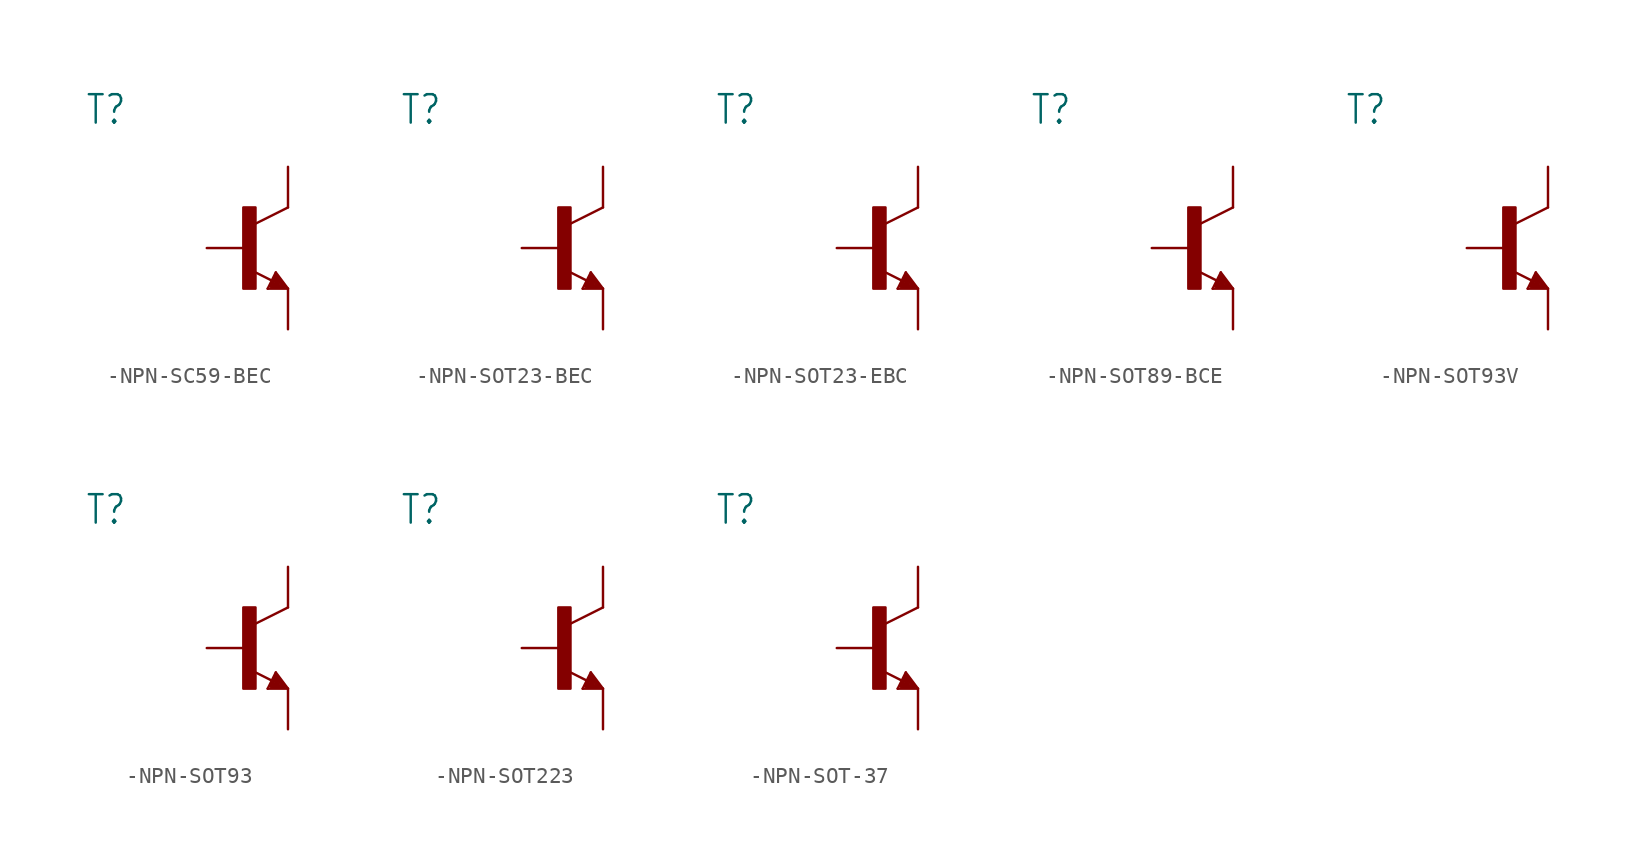
<source format=kicad_sym>
(kicad_symbol_lib
  (version 20231120)
  (generator "kicad_symbol_editor")
  (generator_version "8.0")
  (symbol "-NPN-SC59-BEC"
    (property "Reference" "T"
      (at -10.16 7.62 0)
      (effects (font (size 1.778 1.511)) (justify left bottom)))
    (property "Value" ""
      (at -10.16 5.08 0)
      (effects (font (size 1.778 1.511)) (justify left bottom)))
    (property "ki_locked" ""
      (at 0 0 0)
      (effects (font (size 1.27 1.27))))
    (symbol "-NPN-SC59-BEC_1_0"
      (rectangle (start -0.254 -2.54) (end 0.508 2.54) (stroke (width 0) (type default)) (fill (type outline)))
      (polyline (pts (xy 1.27 -2.54) (xy 1.778 -1.524)) (stroke (width 0.152) (type solid)) (fill (type none)))
      (polyline (pts (xy 1.524 -2.413) (xy 2.286 -2.413)) (stroke (width 0.254) (type solid)) (fill (type none)))
      (polyline (pts (xy 1.524 -2.286) (xy 1.905 -2.286)) (stroke (width 0.254) (type solid)) (fill (type none)))
      (polyline (pts (xy 1.54 -2.04) (xy 0.308 -1.424)) (stroke (width 0.152) (type solid)) (fill (type none)))
      (polyline (pts (xy 1.778 -1.778) (xy 1.524 -2.286)) (stroke (width 0.254) (type solid)) (fill (type none)))
      (polyline (pts (xy 1.778 -1.524) (xy 2.54 -2.54)) (stroke (width 0.152) (type solid)) (fill (type none)))
      (polyline (pts (xy 1.905 -2.286) (xy 1.778 -2.032)) (stroke (width 0.254) (type solid)) (fill (type none)))
      (polyline (pts (xy 2.286 -2.413) (xy 1.778 -1.778)) (stroke (width 0.254) (type solid)) (fill (type none)))
      (polyline (pts (xy 2.54 -2.54) (xy 1.27 -2.54)) (stroke (width 0.152) (type solid)) (fill (type none)))
      (polyline (pts (xy 2.54 2.54) (xy 0.508 1.524)) (stroke (width 0.152) (type solid)) (fill (type none)))
      (pin passive line (at -2.54 0 0) (length 2.54) (name "B" (effects (font (size 0 0)))) (number "B" (effects (font (size 0 0)))))
      (pin passive line (at 2.54 5.08 270) (length 2.54) (name "C" (effects (font (size 0 0)))) (number "C" (effects (font (size 0 0)))))
      (pin passive line (at 2.54 -5.08 90) (length 2.54) (name "E" (effects (font (size 0 0)))) (number "E" (effects (font (size 0 0)))))))
  (symbol "-NPN-SOT23-BEC"
    (property "Reference" "T"
      (at -10.16 7.62 0)
      (effects (font (size 1.778 1.511)) (justify left bottom)))
    (property "Value" ""
      (at -10.16 5.08 0)
      (effects (font (size 1.778 1.511)) (justify left bottom)))
    (property "ki_locked" ""
      (at 0 0 0)
      (effects (font (size 1.27 1.27))))
    (symbol "-NPN-SOT23-BEC_1_0"
      (rectangle (start -0.254 -2.54) (end 0.508 2.54) (stroke (width 0) (type default)) (fill (type outline)))
      (polyline (pts (xy 1.27 -2.54) (xy 1.778 -1.524)) (stroke (width 0.152) (type solid)) (fill (type none)))
      (polyline (pts (xy 1.524 -2.413) (xy 2.286 -2.413)) (stroke (width 0.254) (type solid)) (fill (type none)))
      (polyline (pts (xy 1.524 -2.286) (xy 1.905 -2.286)) (stroke (width 0.254) (type solid)) (fill (type none)))
      (polyline (pts (xy 1.54 -2.04) (xy 0.308 -1.424)) (stroke (width 0.152) (type solid)) (fill (type none)))
      (polyline (pts (xy 1.778 -1.778) (xy 1.524 -2.286)) (stroke (width 0.254) (type solid)) (fill (type none)))
      (polyline (pts (xy 1.778 -1.524) (xy 2.54 -2.54)) (stroke (width 0.152) (type solid)) (fill (type none)))
      (polyline (pts (xy 1.905 -2.286) (xy 1.778 -2.032)) (stroke (width 0.254) (type solid)) (fill (type none)))
      (polyline (pts (xy 2.286 -2.413) (xy 1.778 -1.778)) (stroke (width 0.254) (type solid)) (fill (type none)))
      (polyline (pts (xy 2.54 -2.54) (xy 1.27 -2.54)) (stroke (width 0.152) (type solid)) (fill (type none)))
      (polyline (pts (xy 2.54 2.54) (xy 0.508 1.524)) (stroke (width 0.152) (type solid)) (fill (type none)))
      (pin passive line (at -2.54 0 0) (length 2.54) (name "B" (effects (font (size 0 0)))) (number "B" (effects (font (size 0 0)))))
      (pin passive line (at 2.54 5.08 270) (length 2.54) (name "C" (effects (font (size 0 0)))) (number "C" (effects (font (size 0 0)))))
      (pin passive line (at 2.54 -5.08 90) (length 2.54) (name "E" (effects (font (size 0 0)))) (number "E" (effects (font (size 0 0)))))))
  (symbol "-NPN-SOT23-EBC"
    (property "Reference" "T"
      (at -10.16 7.62 0)
      (effects (font (size 1.778 1.511)) (justify left bottom)))
    (property "Value" ""
      (at -10.16 5.08 0)
      (effects (font (size 1.778 1.511)) (justify left bottom)))
    (property "ki_locked" ""
      (at 0 0 0)
      (effects (font (size 1.27 1.27))))
    (symbol "-NPN-SOT23-EBC_1_0"
      (rectangle (start -0.254 -2.54) (end 0.508 2.54) (stroke (width 0) (type default)) (fill (type outline)))
      (polyline (pts (xy 1.27 -2.54) (xy 1.778 -1.524)) (stroke (width 0.152) (type solid)) (fill (type none)))
      (polyline (pts (xy 1.524 -2.413) (xy 2.286 -2.413)) (stroke (width 0.254) (type solid)) (fill (type none)))
      (polyline (pts (xy 1.524 -2.286) (xy 1.905 -2.286)) (stroke (width 0.254) (type solid)) (fill (type none)))
      (polyline (pts (xy 1.54 -2.04) (xy 0.308 -1.424)) (stroke (width 0.152) (type solid)) (fill (type none)))
      (polyline (pts (xy 1.778 -1.778) (xy 1.524 -2.286)) (stroke (width 0.254) (type solid)) (fill (type none)))
      (polyline (pts (xy 1.778 -1.524) (xy 2.54 -2.54)) (stroke (width 0.152) (type solid)) (fill (type none)))
      (polyline (pts (xy 1.905 -2.286) (xy 1.778 -2.032)) (stroke (width 0.254) (type solid)) (fill (type none)))
      (polyline (pts (xy 2.286 -2.413) (xy 1.778 -1.778)) (stroke (width 0.254) (type solid)) (fill (type none)))
      (polyline (pts (xy 2.54 -2.54) (xy 1.27 -2.54)) (stroke (width 0.152) (type solid)) (fill (type none)))
      (polyline (pts (xy 2.54 2.54) (xy 0.508 1.524)) (stroke (width 0.152) (type solid)) (fill (type none)))
      (pin passive line (at -2.54 0 0) (length 2.54) (name "B" (effects (font (size 0 0)))) (number "B" (effects (font (size 0 0)))))
      (pin passive line (at 2.54 5.08 270) (length 2.54) (name "C" (effects (font (size 0 0)))) (number "C" (effects (font (size 0 0)))))
      (pin passive line (at 2.54 -5.08 90) (length 2.54) (name "E" (effects (font (size 0 0)))) (number "E" (effects (font (size 0 0)))))))
  (symbol "-NPN-SOT89-BCE"
    (property "Reference" "T"
      (at -10.16 7.62 0)
      (effects (font (size 1.778 1.511)) (justify left bottom)))
    (property "Value" ""
      (at -10.16 5.08 0)
      (effects (font (size 1.778 1.511)) (justify left bottom)))
    (property "ki_locked" ""
      (at 0 0 0)
      (effects (font (size 1.27 1.27))))
    (symbol "-NPN-SOT89-BCE_1_0"
      (rectangle (start -0.254 -2.54) (end 0.508 2.54) (stroke (width 0) (type default)) (fill (type outline)))
      (polyline (pts (xy 1.27 -2.54) (xy 1.778 -1.524)) (stroke (width 0.152) (type solid)) (fill (type none)))
      (polyline (pts (xy 1.524 -2.413) (xy 2.286 -2.413)) (stroke (width 0.254) (type solid)) (fill (type none)))
      (polyline (pts (xy 1.524 -2.286) (xy 1.905 -2.286)) (stroke (width 0.254) (type solid)) (fill (type none)))
      (polyline (pts (xy 1.54 -2.04) (xy 0.308 -1.424)) (stroke (width 0.152) (type solid)) (fill (type none)))
      (polyline (pts (xy 1.778 -1.778) (xy 1.524 -2.286)) (stroke (width 0.254) (type solid)) (fill (type none)))
      (polyline (pts (xy 1.778 -1.524) (xy 2.54 -2.54)) (stroke (width 0.152) (type solid)) (fill (type none)))
      (polyline (pts (xy 1.905 -2.286) (xy 1.778 -2.032)) (stroke (width 0.254) (type solid)) (fill (type none)))
      (polyline (pts (xy 2.286 -2.413) (xy 1.778 -1.778)) (stroke (width 0.254) (type solid)) (fill (type none)))
      (polyline (pts (xy 2.54 -2.54) (xy 1.27 -2.54)) (stroke (width 0.152) (type solid)) (fill (type none)))
      (polyline (pts (xy 2.54 2.54) (xy 0.508 1.524)) (stroke (width 0.152) (type solid)) (fill (type none)))
      (pin passive line (at -2.54 0 0) (length 2.54) (name "B" (effects (font (size 0 0)))) (number "B" (effects (font (size 0 0)))))
      (pin passive line (at 2.54 5.08 270) (length 2.54) (name "C" (effects (font (size 0 0)))) (number "C" (effects (font (size 0 0)))))
      (pin passive line (at 2.54 -5.08 90) (length 2.54) (name "E" (effects (font (size 0 0)))) (number "E" (effects (font (size 0 0)))))))
  (symbol "-NPN-SOT93V"
    (property "Reference" "T"
      (at -10.16 7.62 0)
      (effects (font (size 1.778 1.511)) (justify left bottom)))
    (property "Value" ""
      (at -10.16 5.08 0)
      (effects (font (size 1.778 1.511)) (justify left bottom)))
    (property "ki_locked" ""
      (at 0 0 0)
      (effects (font (size 1.27 1.27))))
    (symbol "-NPN-SOT93V_1_0"
      (rectangle (start -0.254 -2.54) (end 0.508 2.54) (stroke (width 0) (type default)) (fill (type outline)))
      (polyline (pts (xy 1.27 -2.54) (xy 1.778 -1.524)) (stroke (width 0.152) (type solid)) (fill (type none)))
      (polyline (pts (xy 1.524 -2.413) (xy 2.286 -2.413)) (stroke (width 0.254) (type solid)) (fill (type none)))
      (polyline (pts (xy 1.524 -2.286) (xy 1.905 -2.286)) (stroke (width 0.254) (type solid)) (fill (type none)))
      (polyline (pts (xy 1.54 -2.04) (xy 0.308 -1.424)) (stroke (width 0.152) (type solid)) (fill (type none)))
      (polyline (pts (xy 1.778 -1.778) (xy 1.524 -2.286)) (stroke (width 0.254) (type solid)) (fill (type none)))
      (polyline (pts (xy 1.778 -1.524) (xy 2.54 -2.54)) (stroke (width 0.152) (type solid)) (fill (type none)))
      (polyline (pts (xy 1.905 -2.286) (xy 1.778 -2.032)) (stroke (width 0.254) (type solid)) (fill (type none)))
      (polyline (pts (xy 2.286 -2.413) (xy 1.778 -1.778)) (stroke (width 0.254) (type solid)) (fill (type none)))
      (polyline (pts (xy 2.54 -2.54) (xy 1.27 -2.54)) (stroke (width 0.152) (type solid)) (fill (type none)))
      (polyline (pts (xy 2.54 2.54) (xy 0.508 1.524)) (stroke (width 0.152) (type solid)) (fill (type none)))
      (pin passive line (at -2.54 0 0) (length 2.54) (name "B" (effects (font (size 0 0)))) (number "B" (effects (font (size 0 0)))))
      (pin passive line (at 2.54 5.08 270) (length 2.54) (name "C" (effects (font (size 0 0)))) (number "C" (effects (font (size 0 0)))))
      (pin passive line (at 2.54 -5.08 90) (length 2.54) (name "E" (effects (font (size 0 0)))) (number "E" (effects (font (size 0 0)))))))
  (symbol "-NPN-SOT93"
    (property "Reference" "T"
      (at -10.16 7.62 0)
      (effects (font (size 1.778 1.511)) (justify left bottom)))
    (property "Value" ""
      (at -10.16 5.08 0)
      (effects (font (size 1.778 1.511)) (justify left bottom)))
    (property "ki_locked" ""
      (at 0 0 0)
      (effects (font (size 1.27 1.27))))
    (symbol "-NPN-SOT93_1_0"
      (rectangle (start -0.254 -2.54) (end 0.508 2.54) (stroke (width 0) (type default)) (fill (type outline)))
      (polyline (pts (xy 1.27 -2.54) (xy 1.778 -1.524)) (stroke (width 0.152) (type solid)) (fill (type none)))
      (polyline (pts (xy 1.524 -2.413) (xy 2.286 -2.413)) (stroke (width 0.254) (type solid)) (fill (type none)))
      (polyline (pts (xy 1.524 -2.286) (xy 1.905 -2.286)) (stroke (width 0.254) (type solid)) (fill (type none)))
      (polyline (pts (xy 1.54 -2.04) (xy 0.308 -1.424)) (stroke (width 0.152) (type solid)) (fill (type none)))
      (polyline (pts (xy 1.778 -1.778) (xy 1.524 -2.286)) (stroke (width 0.254) (type solid)) (fill (type none)))
      (polyline (pts (xy 1.778 -1.524) (xy 2.54 -2.54)) (stroke (width 0.152) (type solid)) (fill (type none)))
      (polyline (pts (xy 1.905 -2.286) (xy 1.778 -2.032)) (stroke (width 0.254) (type solid)) (fill (type none)))
      (polyline (pts (xy 2.286 -2.413) (xy 1.778 -1.778)) (stroke (width 0.254) (type solid)) (fill (type none)))
      (polyline (pts (xy 2.54 -2.54) (xy 1.27 -2.54)) (stroke (width 0.152) (type solid)) (fill (type none)))
      (polyline (pts (xy 2.54 2.54) (xy 0.508 1.524)) (stroke (width 0.152) (type solid)) (fill (type none)))
      (pin passive line (at -2.54 0 0) (length 2.54) (name "B" (effects (font (size 0 0)))) (number "B" (effects (font (size 0 0)))))
      (pin passive line (at 2.54 5.08 270) (length 2.54) (name "C" (effects (font (size 0 0)))) (number "C" (effects (font (size 0 0)))))
      (pin passive line (at 2.54 -5.08 90) (length 2.54) (name "E" (effects (font (size 0 0)))) (number "E" (effects (font (size 0 0)))))))
  (symbol "-NPN-SOT223"
    (property "Reference" "T"
      (at -10.16 7.62 0)
      (effects (font (size 1.778 1.511)) (justify left bottom)))
    (property "Value" ""
      (at -10.16 5.08 0)
      (effects (font (size 1.778 1.511)) (justify left bottom)))
    (property "ki_locked" ""
      (at 0 0 0)
      (effects (font (size 1.27 1.27))))
    (symbol "-NPN-SOT223_1_0"
      (rectangle (start -0.254 -2.54) (end 0.508 2.54) (stroke (width 0) (type default)) (fill (type outline)))
      (polyline (pts (xy 1.27 -2.54) (xy 1.778 -1.524)) (stroke (width 0.152) (type solid)) (fill (type none)))
      (polyline (pts (xy 1.524 -2.413) (xy 2.286 -2.413)) (stroke (width 0.254) (type solid)) (fill (type none)))
      (polyline (pts (xy 1.524 -2.286) (xy 1.905 -2.286)) (stroke (width 0.254) (type solid)) (fill (type none)))
      (polyline (pts (xy 1.54 -2.04) (xy 0.308 -1.424)) (stroke (width 0.152) (type solid)) (fill (type none)))
      (polyline (pts (xy 1.778 -1.778) (xy 1.524 -2.286)) (stroke (width 0.254) (type solid)) (fill (type none)))
      (polyline (pts (xy 1.778 -1.524) (xy 2.54 -2.54)) (stroke (width 0.152) (type solid)) (fill (type none)))
      (polyline (pts (xy 1.905 -2.286) (xy 1.778 -2.032)) (stroke (width 0.254) (type solid)) (fill (type none)))
      (polyline (pts (xy 2.286 -2.413) (xy 1.778 -1.778)) (stroke (width 0.254) (type solid)) (fill (type none)))
      (polyline (pts (xy 2.54 -2.54) (xy 1.27 -2.54)) (stroke (width 0.152) (type solid)) (fill (type none)))
      (polyline (pts (xy 2.54 2.54) (xy 0.508 1.524)) (stroke (width 0.152) (type solid)) (fill (type none)))
      (pin passive line (at -2.54 0 0) (length 2.54) (name "B" (effects (font (size 0 0)))) (number "1" (effects (font (size 0 0)))))
      (pin passive line (at 2.54 -5.08 90) (length 2.54) (name "E" (effects (font (size 0 0)))) (number "3" (effects (font (size 0 0)))))
      (pin passive line (at 2.54 5.08 270) (length 2.54) (name "C" (effects (font (size 0 0)))) (number "4" (effects (font (size 0 0)))))))
  (symbol "-NPN-SOT-37"
    (property "Reference" "T"
      (at -10.16 7.62 0)
      (effects (font (size 1.778 1.511)) (justify left bottom)))
    (property "Value" ""
      (at -10.16 5.08 0)
      (effects (font (size 1.778 1.511)) (justify left bottom)))
    (property "ki_locked" ""
      (at 0 0 0)
      (effects (font (size 1.27 1.27))))
    (symbol "-NPN-SOT-37_1_0"
      (rectangle (start -0.254 -2.54) (end 0.508 2.54) (stroke (width 0) (type default)) (fill (type outline)))
      (polyline (pts (xy 1.27 -2.54) (xy 1.778 -1.524)) (stroke (width 0.152) (type solid)) (fill (type none)))
      (polyline (pts (xy 1.524 -2.413) (xy 2.286 -2.413)) (stroke (width 0.254) (type solid)) (fill (type none)))
      (polyline (pts (xy 1.524 -2.286) (xy 1.905 -2.286)) (stroke (width 0.254) (type solid)) (fill (type none)))
      (polyline (pts (xy 1.54 -2.04) (xy 0.308 -1.424)) (stroke (width 0.152) (type solid)) (fill (type none)))
      (polyline (pts (xy 1.778 -1.778) (xy 1.524 -2.286)) (stroke (width 0.254) (type solid)) (fill (type none)))
      (polyline (pts (xy 1.778 -1.524) (xy 2.54 -2.54)) (stroke (width 0.152) (type solid)) (fill (type none)))
      (polyline (pts (xy 1.905 -2.286) (xy 1.778 -2.032)) (stroke (width 0.254) (type solid)) (fill (type none)))
      (polyline (pts (xy 2.286 -2.413) (xy 1.778 -1.778)) (stroke (width 0.254) (type solid)) (fill (type none)))
      (polyline (pts (xy 2.54 -2.54) (xy 1.27 -2.54)) (stroke (width 0.152) (type solid)) (fill (type none)))
      (polyline (pts (xy 2.54 2.54) (xy 0.508 1.524)) (stroke (width 0.152) (type solid)) (fill (type none)))
      (pin passive line (at 2.54 5.08 270) (length 2.54) (name "C" (effects (font (size 0 0)))) (number "1" (effects (font (size 0 0)))))
      (pin passive line (at 2.54 -5.08 90) (length 2.54) (name "E" (effects (font (size 0 0)))) (number "2" (effects (font (size 0 0)))))
      (pin passive line (at -2.54 0 0) (length 2.54) (name "B" (effects (font (size 0 0)))) (number "3" (effects (font (size 0 0))))))))
</source>
